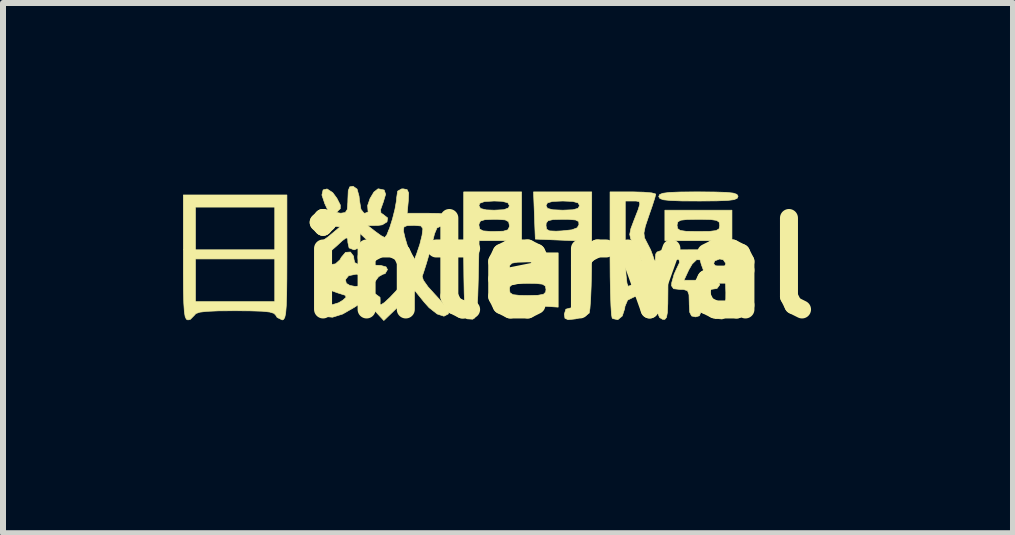
<source format=kicad_pcb>
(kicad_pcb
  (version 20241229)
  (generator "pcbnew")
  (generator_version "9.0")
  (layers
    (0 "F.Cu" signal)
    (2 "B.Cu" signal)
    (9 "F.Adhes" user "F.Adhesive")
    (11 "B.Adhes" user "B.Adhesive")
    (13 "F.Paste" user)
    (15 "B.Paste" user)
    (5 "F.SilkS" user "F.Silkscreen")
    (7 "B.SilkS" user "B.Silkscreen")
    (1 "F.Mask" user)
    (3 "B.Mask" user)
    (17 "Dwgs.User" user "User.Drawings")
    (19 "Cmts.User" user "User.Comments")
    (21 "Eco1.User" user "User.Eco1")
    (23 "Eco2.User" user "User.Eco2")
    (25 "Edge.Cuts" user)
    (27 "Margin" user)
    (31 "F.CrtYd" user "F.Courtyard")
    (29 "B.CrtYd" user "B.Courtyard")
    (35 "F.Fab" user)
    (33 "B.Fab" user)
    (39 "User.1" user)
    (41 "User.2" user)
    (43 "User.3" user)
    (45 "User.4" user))
  (footprint "interval"
    (layer "F.Cu")
    (at 6.253 1.418)
    (property "Reference" "interval" (at 0 0 0) (layer "F.SilkS") (effects (font (size 1.524 1.524) (thickness 0.3))))
    (attr through_hole)
    (fp_poly (pts (xy 2.612 -1.268) (xy 2.8 -1.262) (xy 2.917 -1.25) (xy 2.978 -1.229) (xy 2.997 -1.199) (xy 2.997 -1.194) (xy 2.982 -1.162) (xy 2.928 -1.14) (xy 2.82 -1.127) (xy 2.641 -1.12) (xy 2.379 -1.118) (xy 2.337 -1.118) (xy 2.062 -1.119) (xy 1.873 -1.126) (xy 1.756 -1.138) (xy 1.696 -1.159) (xy 1.677 -1.189) (xy 1.676 -1.194) (xy 1.691 -1.226) (xy 1.745 -1.247) (xy 1.854 -1.261) (xy 2.032 -1.268) (xy 2.295 -1.27) (xy 2.337 -1.27) (xy 2.612 -1.268)) (stroke (width 0.01) (type solid)) (fill yes) (layer "F.SilkS"))
    (fp_poly (pts (xy 2.896 -0.457) (xy 1.778 -0.457) (xy 1.778 -0.711) (xy 1.981 -0.711) (xy 1.991 -0.658) (xy 2.034 -0.627) (xy 2.133 -0.613) (xy 2.308 -0.61) (xy 2.337 -0.61) (xy 2.524 -0.612) (xy 2.631 -0.625) (xy 2.68 -0.653) (xy 2.692 -0.703) (xy 2.692 -0.711) (xy 2.683 -0.765) (xy 2.64 -0.795) (xy 2.541 -0.809) (xy 2.365 -0.813) (xy 2.337 -0.813) (xy 2.15 -0.81) (xy 2.043 -0.798) (xy 1.994 -0.77) (xy 1.981 -0.719) (xy 1.981 -0.711) (xy 1.778 -0.711) (xy 1.778 -0.965) (xy 2.896 -0.965) (xy 2.896 -0.457)) (stroke (width 0.01) (type solid)) (fill yes) (layer "F.SilkS"))
    (fp_poly (pts (xy -4.521 -0.178) (xy -4.522 0.177) (xy -4.525 0.442) (xy -4.532 0.63) (xy -4.542 0.754) (xy -4.558 0.826) (xy -4.58 0.858) (xy -4.599 0.864) (xy -4.684 0.823) (xy -4.706 0.787) (xy -4.736 0.755) (xy -4.806 0.733) (xy -4.933 0.719) (xy -5.132 0.713) (xy -5.385 0.711) (xy -5.662 0.713) (xy -5.852 0.721) (xy -5.973 0.735) (xy -6.038 0.758) (xy -6.064 0.787) (xy -6.131 0.855) (xy -6.171 0.864) (xy -6.197 0.852) (xy -6.217 0.81) (xy -6.231 0.724) (xy -6.24 0.582) (xy -6.246 0.372) (xy -6.248 0.082) (xy -6.248 -0.152) (xy -6.045 -0.152) (xy -6.045 0.559) (xy -4.724 0.559) (xy -4.724 -0.152) (xy -6.045 -0.152) (xy -6.248 -0.152) (xy -6.248 -0.178) (xy -6.248 -1.016) (xy -6.045 -1.016) (xy -6.045 -0.305) (xy -4.724 -0.305) (xy -4.724 -1.016) (xy -6.045 -1.016) (xy -6.248 -1.016) (xy -6.248 -1.219) (xy -4.521 -1.219) (xy -4.521 -0.178)) (stroke (width 0.01) (type solid)) (fill yes) (layer "F.SilkS"))
    (fp_poly (pts (xy -0.61 -0.457) (xy -1.318 -0.457) (xy -1.332 0.19) (xy -1.34 0.464) (xy -1.351 0.651) (xy -1.367 0.768) (xy -1.391 0.83) (xy -1.425 0.852) (xy -1.515 0.846) (xy -1.539 0.831) (xy -1.55 0.772) (xy -1.559 0.627) (xy -1.567 0.412) (xy -1.572 0.142) (xy -1.575 -0.166) (xy -1.575 -0.237) (xy -1.575 -0.711) (xy -1.321 -0.711) (xy -1.307 -0.65) (xy -1.251 -0.62) (xy -1.126 -0.61) (xy -1.067 -0.61) (xy -0.914 -0.615) (xy -0.838 -0.638) (xy -0.814 -0.688) (xy -0.813 -0.711) (xy -0.826 -0.772) (xy -0.883 -0.803) (xy -1.008 -0.812) (xy -1.067 -0.813) (xy -1.219 -0.807) (xy -1.295 -0.785) (xy -1.32 -0.735) (xy -1.321 -0.711) (xy -1.575 -0.711) (xy -1.575 -1.041) (xy -1.321 -1.041) (xy -1.294 -0.993) (xy -1.199 -0.97) (xy -1.067 -0.965) (xy -0.907 -0.973) (xy -0.829 -1.002) (xy -0.813 -1.041) (xy -0.84 -1.089) (xy -0.934 -1.113) (xy -1.067 -1.118) (xy -1.227 -1.109) (xy -1.305 -1.081) (xy -1.321 -1.041) (xy -1.575 -1.041) (xy -1.575 -1.27) (xy -0.61 -1.27) (xy -0.61 -0.457)) (stroke (width 0.01) (type solid)) (fill yes) (layer "F.SilkS"))
    (fp_poly (pts (xy 0 0.651) (xy -0.406 0.623) (xy -0.61 0.611) (xy -0.732 0.613) (xy -0.793 0.631) (xy -0.812 0.667) (xy -0.813 0.679) (xy -0.855 0.748) (xy -0.914 0.762) (xy -0.961 0.755) (xy -0.99 0.722) (xy -1.007 0.644) (xy -1.014 0.503) (xy -1.015 0.356) (xy -0.813 0.356) (xy -0.802 0.412) (xy -0.753 0.443) (xy -0.643 0.455) (xy -0.508 0.457) (xy -0.338 0.453) (xy -0.246 0.437) (xy -0.209 0.401) (xy -0.203 0.356) (xy -0.214 0.299) (xy -0.263 0.268) (xy -0.373 0.256) (xy -0.508 0.254) (xy -0.678 0.258) (xy -0.77 0.274) (xy -0.807 0.311) (xy -0.813 0.356) (xy -1.015 0.356) (xy -1.016 0.281) (xy -1.016 0.254) (xy -1.016 0) (xy -0.813 0) (xy -0.802 0.057) (xy -0.753 0.087) (xy -0.643 0.1) (xy -0.508 0.102) (xy -0.338 0.098) (xy -0.246 0.082) (xy -0.209 0.045) (xy -0.203 0) (xy -0.214 -0.057) (xy -0.263 -0.087) (xy -0.373 -0.1) (xy -0.508 -0.102) (xy -0.678 -0.098) (xy -0.77 -0.082) (xy -0.807 -0.045) (xy -0.813 0) (xy -1.016 0) (xy -1.016 -0.254) (xy 0 -0.254) (xy 0 0.651)) (stroke (width 0.01) (type solid)) (fill yes) (layer "F.SilkS"))
    (fp_poly (pts (xy 0.558 -0.292) (xy 0.556 0.016) (xy 0.55 0.291) (xy 0.541 0.516) (xy 0.529 0.675) (xy 0.517 0.75) (xy 0.516 0.751) (xy 0.442 0.802) (xy 0.313 0.842) (xy 0.288 0.847) (xy 0.165 0.86) (xy 0.113 0.837) (xy 0.102 0.769) (xy 0.128 0.685) (xy 0.224 0.66) (xy 0.229 0.66) (xy 0.356 0.66) (xy 0.356 -0.453) (xy -0.013 -0.468) (xy -0.381 -0.483) (xy -0.39 -0.709) (xy -0.203 -0.709) (xy -0.193 -0.648) (xy -0.145 -0.62) (xy -0.035 -0.615) (xy 0.063 -0.62) (xy 0.229 -0.638) (xy 0.317 -0.672) (xy 0.346 -0.724) (xy 0.342 -0.775) (xy 0.29 -0.802) (xy 0.168 -0.812) (xy 0.08 -0.813) (xy -0.083 -0.809) (xy -0.168 -0.79) (xy -0.2 -0.749) (xy -0.203 -0.709) (xy -0.39 -0.709) (xy -0.402 -1.041) (xy -0.203 -1.041) (xy -0.178 -0.995) (xy -0.09 -0.972) (xy 0.076 -0.965) (xy 0.245 -0.972) (xy 0.331 -0.996) (xy 0.356 -1.041) (xy 0.331 -1.087) (xy 0.242 -1.111) (xy 0.076 -1.118) (xy -0.092 -1.111) (xy -0.179 -1.087) (xy -0.203 -1.041) (xy -0.402 -1.041) (xy -0.411 -1.27) (xy 0.559 -1.27) (xy 0.558 -0.292)) (stroke (width 0.01) (type solid)) (fill yes) (layer "F.SilkS"))
    (fp_poly (pts (xy 1.427 -1.265) (xy 1.561 -1.253) (xy 1.624 -1.235) (xy 1.626 -1.232) (xy 1.61 -1.168) (xy 1.568 -1.037) (xy 1.512 -0.876) (xy 1.452 -0.698) (xy 1.429 -0.585) (xy 1.438 -0.505) (xy 1.468 -0.446) (xy 1.541 -0.304) (xy 1.578 -0.205) (xy 1.606 -0.119) (xy 1.618 -0.128) (xy 1.621 -0.191) (xy 1.626 -0.236) (xy 1.648 -0.268) (xy 1.703 -0.288) (xy 1.808 -0.299) (xy 1.977 -0.304) (xy 2.227 -0.305) (xy 2.311 -0.305) (xy 2.997 -0.305) (xy 2.997 0.202) (xy 2.996 0.434) (xy 2.988 0.587) (xy 2.97 0.681) (xy 2.937 0.739) (xy 2.884 0.783) (xy 2.873 0.79) (xy 2.731 0.849) (xy 2.616 0.838) (xy 2.552 0.759) (xy 2.55 0.749) (xy 2.564 0.681) (xy 2.656 0.66) (xy 2.663 0.66) (xy 2.741 0.653) (xy 2.779 0.612) (xy 2.793 0.513) (xy 2.794 0.406) (xy 2.789 0.254) (xy 2.766 0.179) (xy 2.716 0.154) (xy 2.689 0.152) (xy 2.533 0.121) (xy 2.423 0.042) (xy 2.388 -0.053) (xy 2.381 -0.076) (xy 2.591 -0.076) (xy 2.633 -0.014) (xy 2.692 0) (xy 2.775 -0.032) (xy 2.794 -0.076) (xy 2.752 -0.138) (xy 2.692 -0.152) (xy 2.61 -0.121) (xy 2.591 -0.076) (xy 2.381 -0.076) (xy 2.365 -0.137) (xy 2.308 -0.14) (xy 2.234 -0.069) (xy 2.178 0.027) (xy 2.096 0.203) (xy 2.394 0.203) (xy 2.569 0.209) (xy 2.662 0.231) (xy 2.692 0.273) (xy 2.692 0.279) (xy 2.647 0.34) (xy 2.54 0.356) (xy 2.446 0.362) (xy 2.402 0.4) (xy 2.388 0.498) (xy 2.388 0.584) (xy 2.381 0.727) (xy 2.353 0.795) (xy 2.293 0.813) (xy 2.286 0.813) (xy 2.223 0.798) (xy 2.192 0.736) (xy 2.184 0.601) (xy 2.184 0.584) (xy 2.18 0.444) (xy 2.155 0.377) (xy 2.089 0.357) (xy 2.03 0.356) (xy 1.923 0.344) (xy 1.889 0.295) (xy 1.893 0.241) (xy 1.932 0.103) (xy 1.971 0.016) (xy 2.023 -0.093) (xy 2.013 -0.141) (xy 1.936 -0.152) (xy 1.93 -0.152) (xy 1.884 -0.145) (xy 1.855 -0.112) (xy 1.838 -0.035) (xy 1.831 0.105) (xy 1.829 0.326) (xy 1.829 0.359) (xy 1.827 0.592) (xy 1.82 0.74) (xy 1.805 0.822) (xy 1.778 0.854) (xy 1.74 0.854) (xy 1.69 0.824) (xy 1.656 0.744) (xy 1.632 0.594) (xy 1.622 0.482) (xy 1.607 0.321) (xy 1.593 0.222) (xy 1.585 0.203) (xy 1.584 0.208) (xy 1.525 0.326) (xy 1.396 0.429) (xy 1.26 0.483) (xy 1.157 0.534) (xy 1.113 0.638) (xy 1.108 0.677) (xy 1.068 0.799) (xy 0.994 0.86) (xy 0.91 0.842) (xy 0.899 0.831) (xy 0.888 0.772) (xy 0.879 0.627) (xy 0.871 0.412) (xy 0.866 0.142) (xy 0.864 -0.166) (xy 0.864 -0.237) (xy 0.864 -1.118) (xy 1.118 -1.118) (xy 1.118 -0.406) (xy 1.121 -0.11) (xy 1.131 0.114) (xy 1.147 0.255) (xy 1.168 0.305) (xy 1.168 0.305) (xy 1.238 0.272) (xy 1.324 0.2) (xy 1.397 0.058) (xy 1.382 -0.13) (xy 1.279 -0.363) (xy 1.263 -0.389) (xy 1.209 -0.485) (xy 1.192 -0.562) (xy 1.211 -0.657) (xy 1.268 -0.808) (xy 1.269 -0.81) (xy 1.334 -0.976) (xy 1.361 -1.068) (xy 1.35 -1.108) (xy 1.297 -1.118) (xy 1.245 -1.118) (xy 1.118 -1.118) (xy 0.864 -1.118) (xy 0.864 -1.27) (xy 1.245 -1.27) (xy 1.427 -1.265)) (stroke (width 0.01) (type solid)) (fill yes) (layer "F.SilkS"))
    (fp_poly (pts (xy -3.416 -1.362) (xy -3.352 -1.317) (xy -3.319 -1.198) (xy -3.312 -1.13) (xy -3.287 -0.979) (xy -3.238 -0.917) (xy -3.22 -0.914) (xy -3.167 -0.936) (xy -3.17 -0.958) (xy -3.176 -1.043) (xy -3.136 -1.159) (xy -3.072 -1.266) (xy -3.004 -1.32) (xy -2.995 -1.321) (xy -2.9 -1.301) (xy -2.876 -1.23) (xy -2.917 -1.094) (xy -2.919 -1.09) (xy -2.96 -0.974) (xy -2.954 -0.918) (xy -2.917 -0.894) (xy -2.843 -0.836) (xy -2.853 -0.77) (xy -2.932 -0.721) (xy -3.01 -0.71) (xy -3.175 -0.709) (xy -3.048 -0.61) (xy -2.951 -0.54) (xy -2.892 -0.509) (xy -2.891 -0.509) (xy -2.856 -0.553) (xy -2.828 -0.623) (xy -2.58 -0.623) (xy -2.551 -0.499) (xy -2.507 -0.352) (xy -2.424 -0.076) (xy -2.362 -0.229) (xy -2.306 -0.396) (xy -2.269 -0.546) (xy -2.255 -0.657) (xy -2.287 -0.702) (xy -2.391 -0.711) (xy -2.414 -0.711) (xy -2.517 -0.708) (xy -2.57 -0.686) (xy -2.58 -0.623) (xy -2.828 -0.623) (xy -2.81 -0.666) (xy -2.762 -0.818) (xy -2.721 -0.98) (xy -2.696 -1.12) (xy -2.692 -1.174) (xy -2.676 -1.282) (xy -2.612 -1.319) (xy -2.585 -1.321) (xy -2.518 -1.308) (xy -2.492 -1.252) (xy -2.497 -1.125) (xy -2.498 -1.118) (xy -2.517 -0.914) (xy -2.173 -0.914) (xy -1.99 -0.911) (xy -1.886 -0.898) (xy -1.84 -0.869) (xy -1.829 -0.816) (xy -1.829 -0.813) (xy -1.865 -0.728) (xy -1.929 -0.711) (xy -2.02 -0.669) (xy -2.061 -0.572) (xy -2.095 -0.434) (xy -2.144 -0.256) (xy -2.197 -0.075) (xy -2.244 0.073) (xy -2.267 0.138) (xy -2.247 0.203) (xy -2.169 0.313) (xy -2.049 0.445) (xy -2.043 0.451) (xy -1.908 0.6) (xy -1.835 0.71) (xy -1.829 0.763) (xy -1.904 0.802) (xy -2.017 0.765) (xy -2.152 0.659) (xy -2.236 0.565) (xy -2.389 0.375) (xy -2.648 0.625) (xy -2.906 0.874) (xy -3.051 0.717) (xy -3.155 0.608) (xy -3.226 0.569) (xy -3.302 0.591) (xy -3.396 0.653) (xy -3.592 0.766) (xy -3.761 0.819) (xy -3.884 0.807) (xy -3.918 0.78) (xy -3.954 0.708) (xy -3.908 0.657) (xy -3.799 0.614) (xy -3.759 0.609) (xy -3.659 0.578) (xy -3.588 0.535) (xy -3.534 0.485) (xy -3.551 0.453) (xy -3.654 0.42) (xy -3.665 0.417) (xy -3.783 0.375) (xy -3.819 0.317) (xy -3.791 0.211) (xy -3.784 0.195) (xy -3.785 0.192) (xy -3.546 0.192) (xy -3.531 0.254) (xy -3.473 0.289) (xy -3.384 0.306) (xy -3.314 0.299) (xy -3.302 0.284) (xy -3.286 0.224) (xy -3.271 0.182) (xy -3.273 0.121) (xy -3.355 0.102) (xy -3.37 0.102) (xy -3.493 0.127) (xy -3.546 0.192) (xy -3.785 0.192) (xy -3.786 0.123) (xy -3.866 0.093) (xy -3.978 0.054) (xy -4 0.001) (xy -3.934 -0.041) (xy -3.848 -0.051) (xy -3.712 -0.07) (xy -3.634 -0.142) (xy -3.616 -0.177) (xy -3.544 -0.262) (xy -3.463 -0.268) (xy -3.41 -0.198) (xy -3.404 -0.147) (xy -3.39 -0.091) (xy -3.333 -0.062) (xy -3.208 -0.052) (xy -3.124 -0.051) (xy -2.956 -0.044) (xy -2.869 -0.02) (xy -2.845 0.025) (xy -2.885 0.093) (xy -2.92 0.102) (xy -2.993 0.143) (xy -3.067 0.243) (xy -3.072 0.251) (xy -3.119 0.354) (xy -3.111 0.404) (xy -3.044 0.433) (xy -2.969 0.488) (xy -2.967 0.538) (xy -2.968 0.601) (xy -2.951 0.61) (xy -2.895 0.574) (xy -2.802 0.487) (xy -2.696 0.375) (xy -2.602 0.265) (xy -2.546 0.185) (xy -2.54 0.167) (xy -2.557 0.101) (xy -2.599 -0.023) (xy -2.623 -0.088) (xy -2.681 -0.219) (xy -2.728 -0.266) (xy -2.776 -0.248) (xy -2.866 -0.219) (xy -2.938 -0.26) (xy -2.961 -0.341) (xy -2.934 -0.4) (xy -2.895 -0.455) (xy -2.924 -0.44) (xy -2.961 -0.412) (xy -3.032 -0.372) (xy -3.102 -0.395) (xy -3.176 -0.459) (xy -3.302 -0.577) (xy -3.302 -0.441) (xy -3.323 -0.337) (xy -3.396 -0.305) (xy -3.404 -0.305) (xy -3.485 -0.336) (xy -3.505 -0.425) (xy -3.509 -0.493) (xy -3.535 -0.504) (xy -3.6 -0.455) (xy -3.687 -0.374) (xy -3.82 -0.258) (xy -3.906 -0.212) (xy -3.966 -0.234) (xy -4.013 -0.305) (xy -4.039 -0.386) (xy -4.019 -0.406) (xy -3.953 -0.437) (xy -3.846 -0.512) (xy -3.804 -0.546) (xy -3.637 -0.686) (xy -3.809 -0.711) (xy -3.937 -0.75) (xy -4 -0.808) (xy -3.985 -0.866) (xy -3.919 -0.898) (xy -3.85 -0.924) (xy -3.843 -0.973) (xy -3.89 -1.074) (xy -3.938 -1.218) (xy -3.918 -1.303) (xy -3.852 -1.319) (xy -3.758 -1.258) (xy -3.688 -1.163) (xy -3.631 -1.051) (xy -3.632 -0.989) (xy -3.664 -0.96) (xy -3.694 -0.927) (xy -3.63 -0.915) (xy -3.619 -0.915) (xy -3.549 -0.926) (xy -3.515 -0.978) (xy -3.506 -1.097) (xy -3.505 -1.147) (xy -3.499 -1.29) (xy -3.474 -1.354) (xy -3.421 -1.363) (xy -3.416 -1.362)) (stroke (width 0.01) (type solid)) (fill yes) (layer "F.SilkS")))
  (gr_rect
    (start -3 -3)
    (end 13.833 5.836)
    (stroke (width 0.1) (type default))
    (fill no)
    (layer "Edge.Cuts")))
</source>
